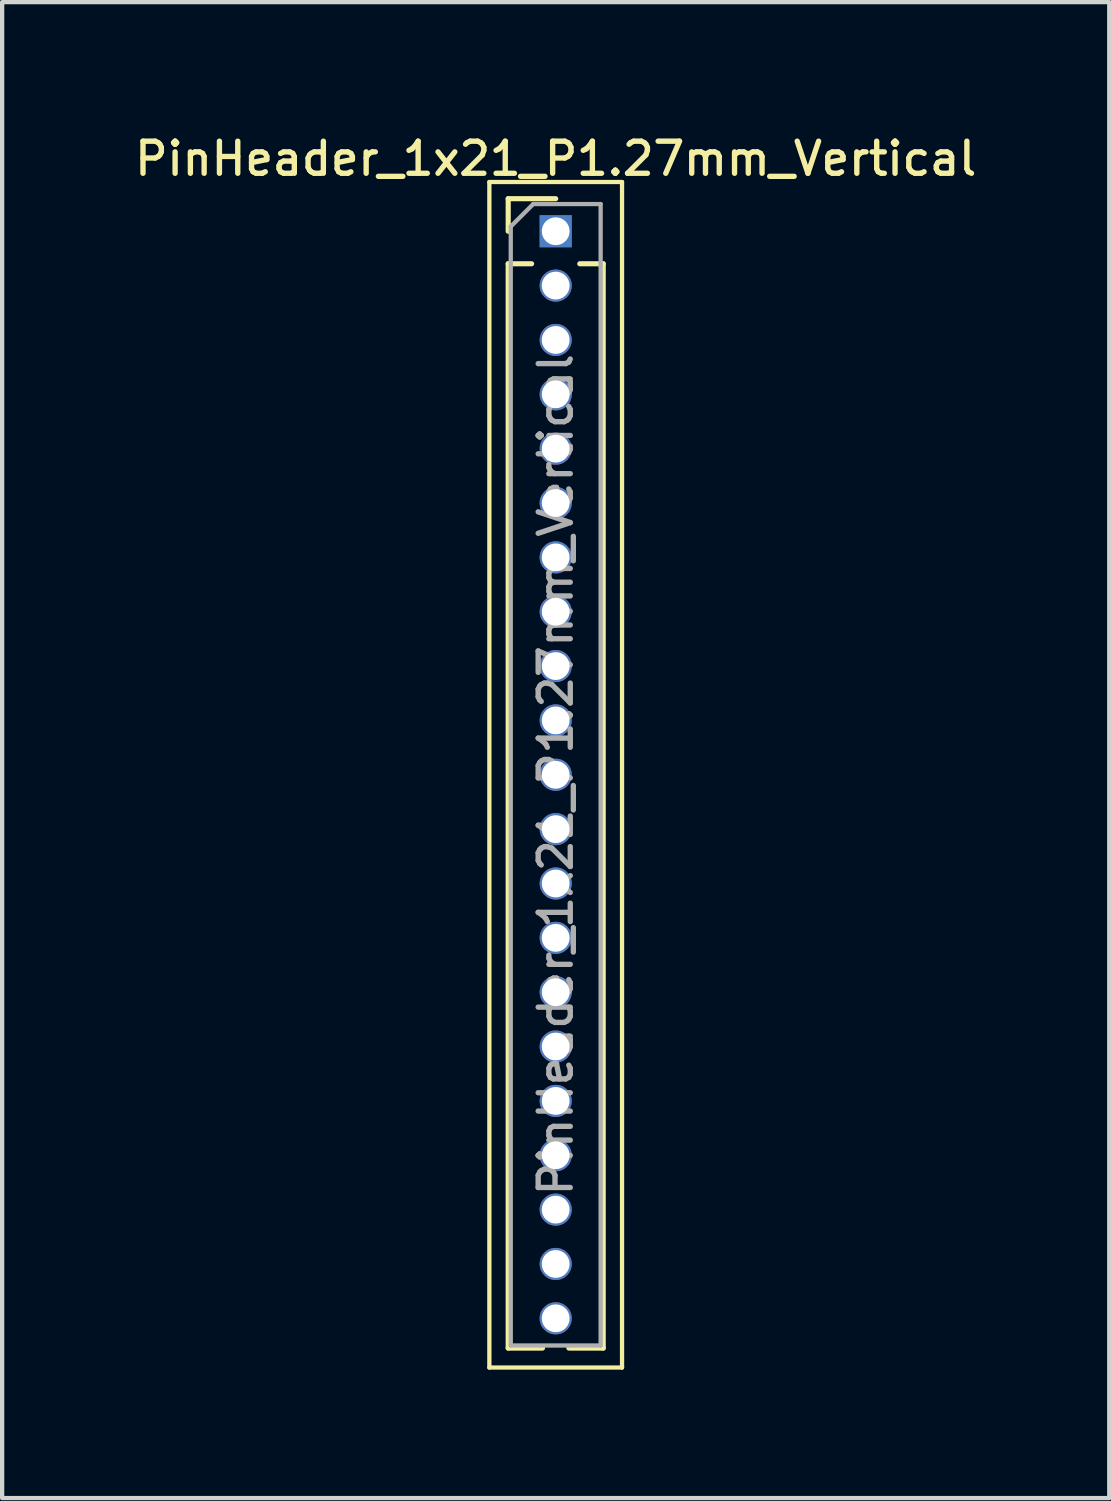
<source format=kicad_pcb>
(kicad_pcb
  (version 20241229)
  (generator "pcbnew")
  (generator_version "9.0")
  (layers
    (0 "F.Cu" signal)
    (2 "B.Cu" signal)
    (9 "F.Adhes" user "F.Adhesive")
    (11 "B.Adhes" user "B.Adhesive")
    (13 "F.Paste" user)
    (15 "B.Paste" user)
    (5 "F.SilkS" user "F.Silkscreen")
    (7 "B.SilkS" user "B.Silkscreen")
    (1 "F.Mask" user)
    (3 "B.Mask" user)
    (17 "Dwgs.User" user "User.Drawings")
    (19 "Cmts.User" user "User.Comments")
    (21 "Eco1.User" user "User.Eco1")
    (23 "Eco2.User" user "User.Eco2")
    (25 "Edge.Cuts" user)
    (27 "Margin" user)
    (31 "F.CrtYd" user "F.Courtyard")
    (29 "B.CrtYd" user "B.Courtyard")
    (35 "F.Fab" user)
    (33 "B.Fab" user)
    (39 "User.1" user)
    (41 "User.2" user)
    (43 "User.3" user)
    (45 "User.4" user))
  (footprint "PinHeader_1x21_P1.27mm_Vertical"
    (layer "F.Cu")
    (at 9.934 2.353)
    (property "Reference" "PinHeader_1x21_P1.27mm_Vertical" (at 0 -1.695 0) (layer "F.SilkS") (effects (font (size 0.75 0.75) (thickness 0.125))))
    (attr through_hole)
    (fp_line (start -1.55 -1.15) (end -1.55 26.55) (stroke (width 0.1) (type solid)) (layer "F.SilkS"))
    (fp_line (start -1.55 26.55) (end 1.55 26.55) (stroke (width 0.1) (type solid)) (layer "F.SilkS"))
    (fp_line (start -1.11 -0.76) (end 0 -0.76) (stroke (width 0.12) (type solid)) (layer "F.SilkS"))
    (fp_line (start -1.11 0) (end -1.11 -0.76) (stroke (width 0.12) (type solid)) (layer "F.SilkS"))
    (fp_line (start -1.11 0.76) (end -1.11 26.095) (stroke (width 0.12) (type solid)) (layer "F.SilkS"))
    (fp_line (start -1.11 0.76) (end -0.563 0.76) (stroke (width 0.12) (type solid)) (layer "F.SilkS"))
    (fp_line (start -1.11 26.095) (end -0.308 26.095) (stroke (width 0.12) (type solid)) (layer "F.SilkS"))
    (fp_line (start 0.308 26.095) (end 1.11 26.095) (stroke (width 0.12) (type solid)) (layer "F.SilkS"))
    (fp_line (start 0.563 0.76) (end 1.11 0.76) (stroke (width 0.12) (type solid)) (layer "F.SilkS"))
    (fp_line (start 1.11 0.76) (end 1.11 26.095) (stroke (width 0.12) (type solid)) (layer "F.SilkS"))
    (fp_line (start 1.55 -1.15) (end -1.55 -1.15) (stroke (width 0.1) (type solid)) (layer "F.SilkS"))
    (fp_line (start 1.55 26.55) (end 1.55 -1.15) (stroke (width 0.1) (type solid)) (layer "F.SilkS"))
    (fp_line (start -1.05 -0.11) (end -0.525 -0.635) (stroke (width 0.1) (type solid)) (layer "F.Fab"))
    (fp_line (start -1.05 26.035) (end -1.05 -0.11) (stroke (width 0.1) (type solid)) (layer "F.Fab"))
    (fp_line (start -0.525 -0.635) (end 1.05 -0.635) (stroke (width 0.1) (type solid)) (layer "F.Fab"))
    (fp_line (start 1.05 -0.635) (end 1.05 26.035) (stroke (width 0.1) (type solid)) (layer "F.Fab"))
    (fp_line (start 1.05 26.035) (end -1.05 26.035) (stroke (width 0.1) (type solid)) (layer "F.Fab"))
    (fp_text user "${REFERENCE}" (at 0 12.7 90) (layer "F.Fab") (effects (font (size 0.75 0.75) (thickness 0.125))))
    (pad "1" thru_hole rect (at 0 0) (size 0.75 0.75) (drill 0.65) (layers "*.Cu" "*.Mask"))
    (pad "2" thru_hole oval (at 0 1.27) (size 0.75 0.75) (drill 0.65) (layers "*.Cu" "*.Mask"))
    (pad "3" thru_hole oval (at 0 2.54) (size 0.75 0.75) (drill 0.65) (layers "*.Cu" "*.Mask"))
    (pad "4" thru_hole oval (at 0 3.81) (size 0.75 0.75) (drill 0.65) (layers "*.Cu" "*.Mask"))
    (pad "5" thru_hole oval (at 0 5.08) (size 0.75 0.75) (drill 0.65) (layers "*.Cu" "*.Mask"))
    (pad "6" thru_hole oval (at 0 6.35) (size 0.75 0.75) (drill 0.65) (layers "*.Cu" "*.Mask"))
    (pad "7" thru_hole oval (at 0 7.62) (size 0.75 0.75) (drill 0.65) (layers "*.Cu" "*.Mask"))
    (pad "8" thru_hole oval (at 0 8.89) (size 0.75 0.75) (drill 0.65) (layers "*.Cu" "*.Mask"))
    (pad "9" thru_hole oval (at 0 10.16) (size 0.75 0.75) (drill 0.65) (layers "*.Cu" "*.Mask"))
    (pad "10" thru_hole oval (at 0 11.43) (size 0.75 0.75) (drill 0.65) (layers "*.Cu" "*.Mask"))
    (pad "11" thru_hole oval (at 0 12.7) (size 0.75 0.75) (drill 0.65) (layers "*.Cu" "*.Mask"))
    (pad "12" thru_hole oval (at 0 13.97) (size 0.75 0.75) (drill 0.65) (layers "*.Cu" "*.Mask"))
    (pad "13" thru_hole oval (at 0 15.24) (size 0.75 0.75) (drill 0.65) (layers "*.Cu" "*.Mask"))
    (pad "14" thru_hole oval (at 0 16.51) (size 0.75 0.75) (drill 0.65) (layers "*.Cu" "*.Mask"))
    (pad "15" thru_hole oval (at 0 17.78) (size 0.75 0.75) (drill 0.65) (layers "*.Cu" "*.Mask"))
    (pad "16" thru_hole oval (at 0 19.05) (size 0.75 0.75) (drill 0.65) (layers "*.Cu" "*.Mask"))
    (pad "17" thru_hole oval (at 0 20.32) (size 0.75 0.75) (drill 0.65) (layers "*.Cu" "*.Mask"))
    (pad "18" thru_hole oval (at 0 21.59) (size 0.75 0.75) (drill 0.65) (layers "*.Cu" "*.Mask"))
    (pad "19" thru_hole oval (at 0 22.86) (size 0.75 0.75) (drill 0.65) (layers "*.Cu" "*.Mask"))
    (pad "20" thru_hole oval (at 0 24.13) (size 0.75 0.75) (drill 0.65) (layers "*.Cu" "*.Mask"))
    (pad "21" thru_hole oval (at 0 25.4) (size 0.75 0.75) (drill 0.65) (layers "*.Cu" "*.Mask")))
  (gr_rect
    (start -3 -3)
    (end 22.868 31.953)
    (stroke (width 0.1) (type default))
    (fill no)
    (layer "Edge.Cuts")))
</source>
